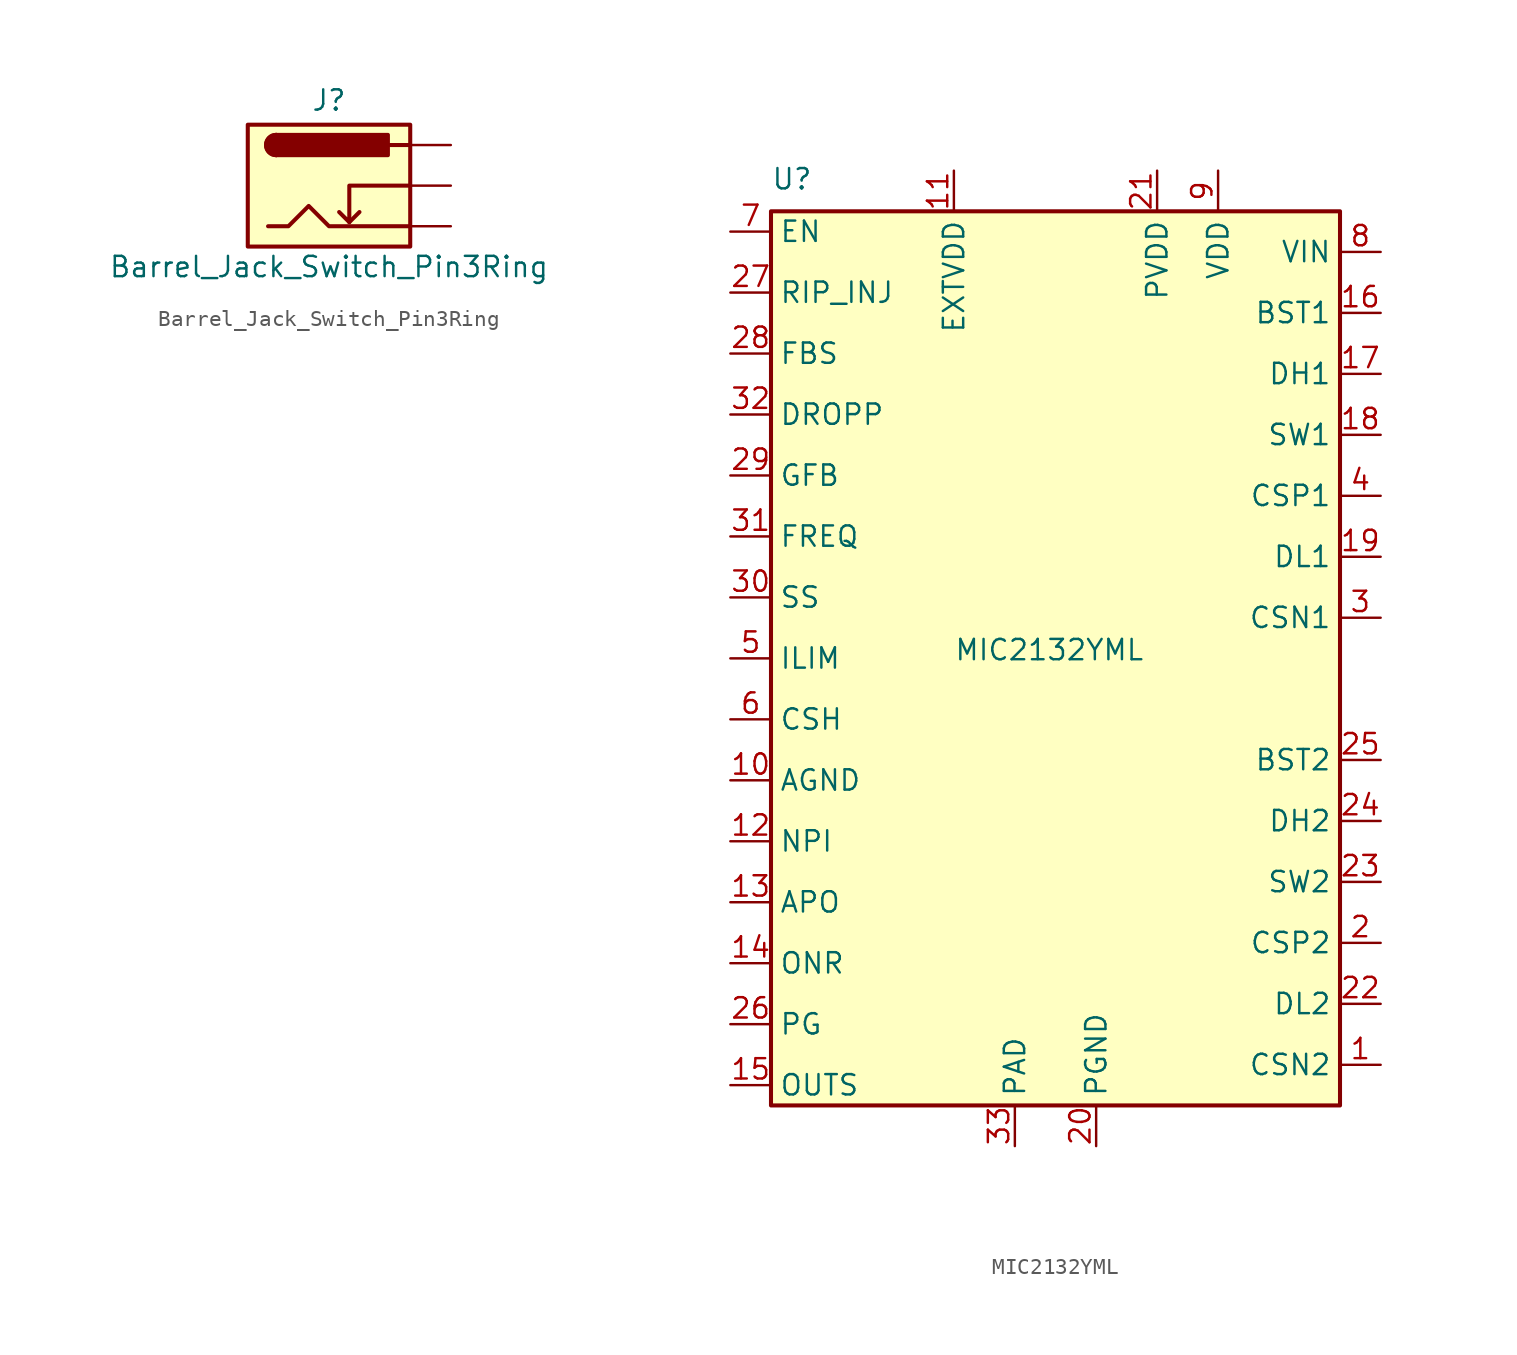
<source format=kicad_sym>
(kicad_symbol_lib
  (version 20241209)
  (generator "kicad_symbol_editor")
  (generator_version "9.0")
  (symbol "Barrel_Jack_Switch_Pin3Ring"
    (pin_numbers
      (hide yes))
    (pin_names
      (hide yes))
    (property "Reference" "J"
      (at 0 5.334 0)
      (effects (font (size 1.27 1.27))))
    (property "Value" "Barrel_Jack_Switch_Pin3Ring"
      (at 0 -5.08 0)
      (effects (font (size 1.27 1.27))))
    (symbol "Barrel_Jack_Switch_Pin3Ring_0_1"
      (rectangle (start -5.08 3.81) (end 5.08 -3.81) (stroke (width 0.254) (type default)) (fill (type background)))
      (polyline (pts (xy -3.81 -2.54) (xy -2.54 -2.54) (xy -1.27 -1.27) (xy 0 -2.54) (xy 2.54 -2.54) (xy 5.08 -2.54)) (stroke (width 0.254) (type default)) (fill (type none)))
      (arc (start -3.302 1.905) (mid -3.9343 2.54) (end -3.302 3.175) (stroke (width 0.254) (type default)) (fill (type none)))
      (arc (start -3.302 1.905) (mid -3.9343 2.54) (end -3.302 3.175) (stroke (width 0.254) (type default)) (fill (type outline)))
      (polyline (pts (xy 1.27 -2.286) (xy 1.905 -1.651)) (stroke (width 0.254) (type default)) (fill (type none)))
      (rectangle (start 3.683 3.175) (end -3.302 1.905) (stroke (width 0.254) (type default)) (fill (type outline)))
      (polyline (pts (xy 5.08 2.54) (xy 3.81 2.54)) (stroke (width 0.254) (type default)) (fill (type none)))
      (polyline (pts (xy 5.08 0) (xy 1.27 0) (xy 1.27 -2.286) (xy 0.635 -1.651)) (stroke (width 0.254) (type default)) (fill (type none))))
    (symbol "Barrel_Jack_Switch_Pin3Ring_1_1"
      (pin passive line (at 7.62 2.54 180) (length 2.54) (name "~" (effects (font (size 1.27 1.27)))) (number "1" (effects (font (size 1.27 1.27)))))
      (pin passive line (at 7.62 0 180) (length 2.54) (name "~" (effects (font (size 1.27 1.27)))) (number "2" (effects (font (size 1.27 1.27)))))
      (pin passive line (at 7.62 -2.54 180) (length 2.54) (name "~" (effects (font (size 1.27 1.27)))) (number "3" (effects (font (size 1.27 1.27)))))))
  (symbol "MIC2132YML"
    (property "Reference" "U"
      (at -17.78 29.21 0)
      (effects (font (size 1.27 1.27)) (justify left bottom)))
    (property "Value" "MIC2132YML"
      (at -6.35 1.27 0)
      (effects (font (size 1.27 1.27)) (justify left top)))
    (symbol "MIC2132YML_0_1"
      (rectangle (start -17.78 27.94) (end 17.78 -27.94) (stroke (width 0.254) (type default)) (fill (type background))))
    (symbol "MIC2132YML_1_1"
      (pin bidirectional line (at -20.32 26.67 0) (length 2.54) (name "EN" (effects (font (size 1.27 1.27)))) (number "7" (effects (font (size 1.27 1.27)))))
      (pin input line (at -20.32 22.86 0) (length 2.54) (name "RIP_INJ" (effects (font (size 1.27 1.27)))) (number "27" (effects (font (size 1.27 1.27)))))
      (pin power_in line (at -20.32 19.05 0) (length 2.54) (name "FBS" (effects (font (size 1.27 1.27)))) (number "28" (effects (font (size 1.27 1.27)))))
      (pin bidirectional line (at -20.32 15.24 0) (length 2.54) (name "DROPP" (effects (font (size 1.27 1.27)))) (number "32" (effects (font (size 1.27 1.27)))))
      (pin passive line (at -20.32 11.43 0) (length 2.54) (name "GFB" (effects (font (size 1.27 1.27)))) (number "29" (effects (font (size 1.27 1.27)))))
      (pin bidirectional line (at -20.32 7.62 0) (length 2.54) (name "FREQ" (effects (font (size 1.27 1.27)))) (number "31" (effects (font (size 1.27 1.27)))))
      (pin bidirectional line (at -20.32 3.81 0) (length 2.54) (name "SS" (effects (font (size 1.27 1.27)))) (number "30" (effects (font (size 1.27 1.27)))))
      (pin bidirectional line (at -20.32 0 0) (length 2.54) (name "ILIM" (effects (font (size 1.27 1.27)))) (number "5" (effects (font (size 1.27 1.27)))))
      (pin bidirectional line (at -20.32 -3.81 0) (length 2.54) (name "CSH" (effects (font (size 1.27 1.27)))) (number "6" (effects (font (size 1.27 1.27)))))
      (pin bidirectional line (at -20.32 -7.62 0) (length 2.54) (name "AGND" (effects (font (size 1.27 1.27)))) (number "10" (effects (font (size 1.27 1.27)))))
      (pin bidirectional line (at -20.32 -11.43 0) (length 2.54) (name "NPI" (effects (font (size 1.27 1.27)))) (number "12" (effects (font (size 1.27 1.27)))))
      (pin bidirectional line (at -20.32 -15.24 0) (length 2.54) (name "APO" (effects (font (size 1.27 1.27)))) (number "13" (effects (font (size 1.27 1.27)))))
      (pin bidirectional line (at -20.32 -19.05 0) (length 2.54) (name "ONR" (effects (font (size 1.27 1.27)))) (number "14" (effects (font (size 1.27 1.27)))))
      (pin bidirectional line (at -20.32 -22.86 0) (length 2.54) (name "PG" (effects (font (size 1.27 1.27)))) (number "26" (effects (font (size 1.27 1.27)))))
      (pin bidirectional line (at -20.32 -26.67 0) (length 2.54) (name "OUTS" (effects (font (size 1.27 1.27)))) (number "15" (effects (font (size 1.27 1.27)))))
      (pin bidirectional line (at -6.35 30.48 270) (length 2.54) (name "EXTVDD" (effects (font (size 1.27 1.27)))) (number "11" (effects (font (size 1.27 1.27)))))
      (pin passive line (at -2.54 -30.48 90) (length 2.54) (name "PAD" (effects (font (size 1.27 1.27)))) (number "33" (effects (font (size 1.27 1.27)))))
      (pin bidirectional line (at 2.54 -30.48 90) (length 2.54) (name "PGND" (effects (font (size 1.27 1.27)))) (number "20" (effects (font (size 1.27 1.27)))))
      (pin bidirectional line (at 6.35 30.48 270) (length 2.54) (name "PVDD" (effects (font (size 1.27 1.27)))) (number "21" (effects (font (size 1.27 1.27)))))
      (pin bidirectional line (at 10.16 30.48 270) (length 2.54) (name "VDD" (effects (font (size 1.27 1.27)))) (number "9" (effects (font (size 1.27 1.27)))))
      (pin bidirectional line (at 20.32 25.4 180) (length 2.54) (name "VIN" (effects (font (size 1.27 1.27)))) (number "8" (effects (font (size 1.27 1.27)))))
      (pin bidirectional line (at 20.32 21.59 180) (length 2.54) (name "BST1" (effects (font (size 1.27 1.27)))) (number "16" (effects (font (size 1.27 1.27)))))
      (pin bidirectional line (at 20.32 17.78 180) (length 2.54) (name "DH1" (effects (font (size 1.27 1.27)))) (number "17" (effects (font (size 1.27 1.27)))))
      (pin power_in line (at 20.32 13.97 180) (length 2.54) (name "SW1" (effects (font (size 1.27 1.27)))) (number "18" (effects (font (size 1.27 1.27)))))
      (pin bidirectional line (at 20.32 10.16 180) (length 2.54) (name "CSP1" (effects (font (size 1.27 1.27)))) (number "4" (effects (font (size 1.27 1.27)))))
      (pin power_in line (at 20.32 6.35 180) (length 2.54) (name "DL1" (effects (font (size 1.27 1.27)))) (number "19" (effects (font (size 1.27 1.27)))))
      (pin bidirectional line (at 20.32 2.54 180) (length 2.54) (name "CSN1" (effects (font (size 1.27 1.27)))) (number "3" (effects (font (size 1.27 1.27)))))
      (pin bidirectional line (at 20.32 -6.35 180) (length 2.54) (name "BST2" (effects (font (size 1.27 1.27)))) (number "25" (effects (font (size 1.27 1.27)))))
      (pin bidirectional line (at 20.32 -10.16 180) (length 2.54) (name "DH2" (effects (font (size 1.27 1.27)))) (number "24" (effects (font (size 1.27 1.27)))))
      (pin bidirectional line (at 20.32 -13.97 180) (length 2.54) (name "SW2" (effects (font (size 1.27 1.27)))) (number "23" (effects (font (size 1.27 1.27)))))
      (pin bidirectional line (at 20.32 -17.78 180) (length 2.54) (name "CSP2" (effects (font (size 1.27 1.27)))) (number "2" (effects (font (size 1.27 1.27)))))
      (pin bidirectional line (at 20.32 -21.59 180) (length 2.54) (name "DL2" (effects (font (size 1.27 1.27)))) (number "22" (effects (font (size 1.27 1.27)))))
      (pin bidirectional line (at 20.32 -25.4 180) (length 2.54) (name "CSN2" (effects (font (size 1.27 1.27)))) (number "1" (effects (font (size 1.27 1.27))))))))
</source>
